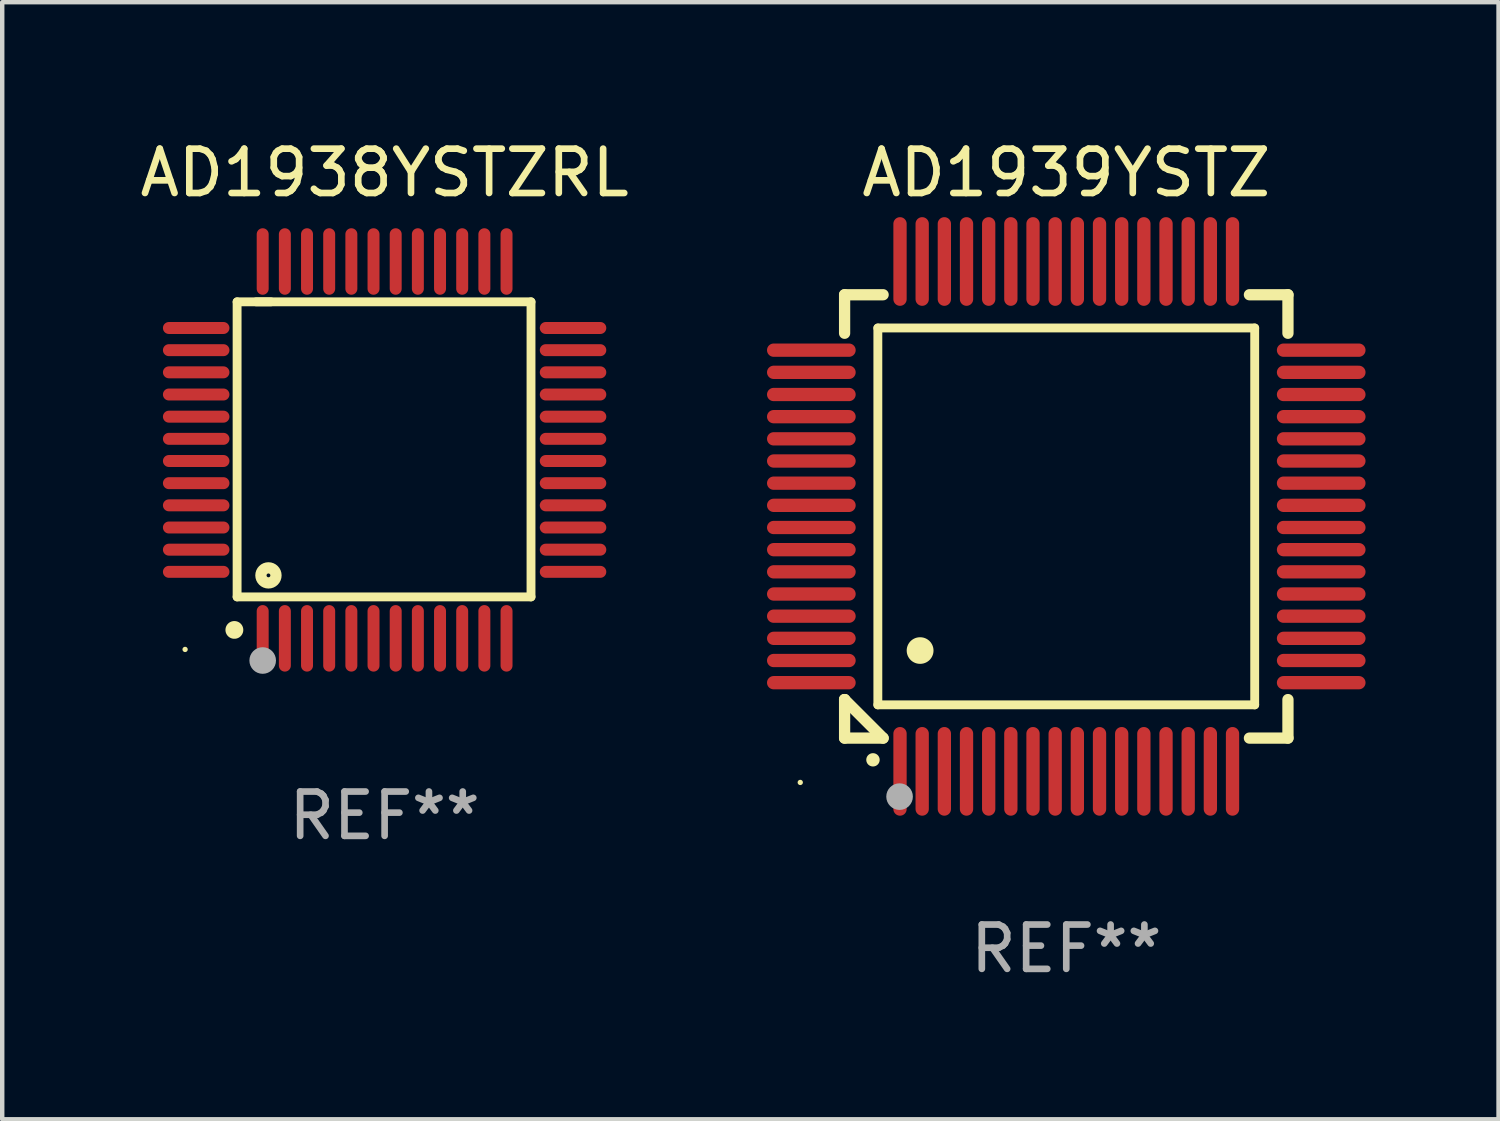
<source format=kicad_pcb>
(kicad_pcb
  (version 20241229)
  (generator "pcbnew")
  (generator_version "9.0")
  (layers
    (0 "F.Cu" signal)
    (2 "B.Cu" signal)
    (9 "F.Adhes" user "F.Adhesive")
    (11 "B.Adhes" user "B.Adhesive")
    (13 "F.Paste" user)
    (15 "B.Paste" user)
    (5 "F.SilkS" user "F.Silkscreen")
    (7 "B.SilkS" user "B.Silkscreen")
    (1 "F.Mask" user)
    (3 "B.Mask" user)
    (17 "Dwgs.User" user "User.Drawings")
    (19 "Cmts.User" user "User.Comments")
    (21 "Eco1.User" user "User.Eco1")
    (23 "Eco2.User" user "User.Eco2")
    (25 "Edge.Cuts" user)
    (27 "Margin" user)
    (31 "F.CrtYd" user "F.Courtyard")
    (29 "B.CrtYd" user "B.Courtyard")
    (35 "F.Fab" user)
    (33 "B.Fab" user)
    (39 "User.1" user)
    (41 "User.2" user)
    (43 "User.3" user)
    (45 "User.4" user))
  (footprint "AD1938YSTZRL"
    (layer "F.Cu")
    (at 5.625 7.098)
    (property "Reference" "AD1938YSTZRL" (at 0 -6.25 0) (layer "F.SilkS") (effects (font (size 1 1) (thickness 0.15))))
    (attr through_hole)
    (fp_line (start -3.327 -3.34) (end -2.565 -3.34) (stroke (width 0.2) (type solid)) (layer "F.SilkS"))
    (fp_line (start -3.327 3.315) (end -3.327 -3.34) (stroke (width 0.2) (type solid)) (layer "F.SilkS"))
    (fp_line (start -2.896 -3.34) (end 3.302 -3.34) (stroke (width 0.2) (type solid)) (layer "F.SilkS"))
    (fp_line (start 3.302 -3.34) (end 3.302 3.315) (stroke (width 0.2) (type solid)) (layer "F.SilkS"))
    (fp_line (start 3.302 3.315) (end -3.327 3.315) (stroke (width 0.2) (type solid)) (layer "F.SilkS"))
    (fp_arc (start -3.389992 4.059995) (mid -3.388722 4.059991) (end -3.387452 4.059995) (stroke (width 0.4) (type solid)) (layer "F.SilkS"))
    (fp_circle (center -4.5 4.5) (end -4.47 4.5) (stroke (width 0.06) (type solid)) (fill no) (layer "F.SilkS"))
    (fp_circle (center -2.62 2.83) (end -2.45 2.83) (stroke (width 0.254) (type solid)) (fill no) (layer "F.SilkS"))
    (fp_circle (center -2.75 4.75) (end -2.6 4.75) (stroke (width 0.3) (type solid)) (fill no) (layer "F.Fab"))
    (fp_text user "REF**" (at 0 8.25 0) (layer "F.Fab") (effects (font (size 1 1) (thickness 0.15))))
    (pad "1" smd oval (at -2.75 4.25) (size 0.27 1.5) (layers "F.Cu" "F.Mask" "F.Paste"))
    (pad "2" smd oval (at -2.25 4.25) (size 0.27 1.5) (layers "F.Cu" "F.Mask" "F.Paste"))
    (pad "3" smd oval (at -1.75 4.25) (size 0.27 1.5) (layers "F.Cu" "F.Mask" "F.Paste"))
    (pad "4" smd oval (at -1.25 4.25) (size 0.27 1.5) (layers "F.Cu" "F.Mask" "F.Paste"))
    (pad "5" smd oval (at -0.75 4.25) (size 0.27 1.5) (layers "F.Cu" "F.Mask" "F.Paste"))
    (pad "6" smd oval (at -0.25 4.25) (size 0.27 1.5) (layers "F.Cu" "F.Mask" "F.Paste"))
    (pad "7" smd oval (at 0.25 4.25) (size 0.27 1.5) (layers "F.Cu" "F.Mask" "F.Paste"))
    (pad "8" smd oval (at 0.75 4.25) (size 0.27 1.5) (layers "F.Cu" "F.Mask" "F.Paste"))
    (pad "9" smd oval (at 1.25 4.25) (size 0.27 1.5) (layers "F.Cu" "F.Mask" "F.Paste"))
    (pad "10" smd oval (at 1.75 4.25) (size 0.27 1.5) (layers "F.Cu" "F.Mask" "F.Paste"))
    (pad "11" smd oval (at 2.25 4.25) (size 0.27 1.5) (layers "F.Cu" "F.Mask" "F.Paste"))
    (pad "12" smd oval (at 2.75 4.25) (size 0.27 1.5) (layers "F.Cu" "F.Mask" "F.Paste"))
    (pad "13" smd oval (at 4.25 2.75) (size 1.5 0.27) (layers "F.Cu" "F.Mask" "F.Paste"))
    (pad "14" smd oval (at 4.25 2.25) (size 1.5 0.27) (layers "F.Cu" "F.Mask" "F.Paste"))
    (pad "15" smd oval (at 4.25 1.75) (size 1.5 0.27) (layers "F.Cu" "F.Mask" "F.Paste"))
    (pad "16" smd oval (at 4.25 1.25) (size 1.5 0.27) (layers "F.Cu" "F.Mask" "F.Paste"))
    (pad "17" smd oval (at 4.25 0.75) (size 1.5 0.27) (layers "F.Cu" "F.Mask" "F.Paste"))
    (pad "18" smd oval (at 4.25 0.25) (size 1.5 0.27) (layers "F.Cu" "F.Mask" "F.Paste"))
    (pad "19" smd oval (at 4.25 -0.25) (size 1.5 0.27) (layers "F.Cu" "F.Mask" "F.Paste"))
    (pad "20" smd oval (at 4.25 -0.75) (size 1.5 0.27) (layers "F.Cu" "F.Mask" "F.Paste"))
    (pad "21" smd oval (at 4.25 -1.25) (size 1.5 0.27) (layers "F.Cu" "F.Mask" "F.Paste"))
    (pad "22" smd oval (at 4.25 -1.75) (size 1.5 0.27) (layers "F.Cu" "F.Mask" "F.Paste"))
    (pad "23" smd oval (at 4.25 -2.25) (size 1.5 0.27) (layers "F.Cu" "F.Mask" "F.Paste"))
    (pad "24" smd oval (at 4.25 -2.75) (size 1.5 0.27) (layers "F.Cu" "F.Mask" "F.Paste"))
    (pad "25" smd oval (at 2.75 -4.25) (size 0.27 1.5) (layers "F.Cu" "F.Mask" "F.Paste"))
    (pad "26" smd oval (at 2.25 -4.25) (size 0.27 1.5) (layers "F.Cu" "F.Mask" "F.Paste"))
    (pad "27" smd oval (at 1.75 -4.25) (size 0.27 1.5) (layers "F.Cu" "F.Mask" "F.Paste"))
    (pad "28" smd oval (at 1.25 -4.25) (size 0.27 1.5) (layers "F.Cu" "F.Mask" "F.Paste"))
    (pad "29" smd oval (at 0.75 -4.25) (size 0.27 1.5) (layers "F.Cu" "F.Mask" "F.Paste"))
    (pad "30" smd oval (at 0.25 -4.25) (size 0.27 1.5) (layers "F.Cu" "F.Mask" "F.Paste"))
    (pad "31" smd oval (at -0.25 -4.25) (size 0.27 1.5) (layers "F.Cu" "F.Mask" "F.Paste"))
    (pad "32" smd oval (at -0.75 -4.25) (size 0.27 1.5) (layers "F.Cu" "F.Mask" "F.Paste"))
    (pad "33" smd oval (at -1.25 -4.25) (size 0.27 1.5) (layers "F.Cu" "F.Mask" "F.Paste"))
    (pad "34" smd oval (at -1.75 -4.25) (size 0.27 1.5) (layers "F.Cu" "F.Mask" "F.Paste"))
    (pad "35" smd oval (at -2.25 -4.25) (size 0.27 1.5) (layers "F.Cu" "F.Mask" "F.Paste"))
    (pad "36" smd oval (at -2.75 -4.25) (size 0.27 1.5) (layers "F.Cu" "F.Mask" "F.Paste"))
    (pad "37" smd oval (at -4.25 -2.75) (size 1.5 0.27) (layers "F.Cu" "F.Mask" "F.Paste"))
    (pad "38" smd oval (at -4.25 -2.25) (size 1.5 0.27) (layers "F.Cu" "F.Mask" "F.Paste"))
    (pad "39" smd oval (at -4.25 -1.75) (size 1.5 0.27) (layers "F.Cu" "F.Mask" "F.Paste"))
    (pad "40" smd oval (at -4.25 -1.25) (size 1.5 0.27) (layers "F.Cu" "F.Mask" "F.Paste"))
    (pad "41" smd oval (at -4.25 -0.75) (size 1.5 0.27) (layers "F.Cu" "F.Mask" "F.Paste"))
    (pad "42" smd oval (at -4.25 -0.25) (size 1.5 0.27) (layers "F.Cu" "F.Mask" "F.Paste"))
    (pad "43" smd oval (at -4.25 0.25) (size 1.5 0.27) (layers "F.Cu" "F.Mask" "F.Paste"))
    (pad "44" smd oval (at -4.25 0.75) (size 1.5 0.27) (layers "F.Cu" "F.Mask" "F.Paste"))
    (pad "45" smd oval (at -4.25 1.25) (size 1.5 0.27) (layers "F.Cu" "F.Mask" "F.Paste"))
    (pad "46" smd oval (at -4.25 1.75) (size 1.5 0.27) (layers "F.Cu" "F.Mask" "F.Paste"))
    (pad "47" smd oval (at -4.25 2.25) (size 1.5 0.27) (layers "F.Cu" "F.Mask" "F.Paste"))
    (pad "48" smd oval (at -4.25 2.75) (size 1.5 0.27) (layers "F.Cu" "F.Mask" "F.Paste")))
  (footprint "AD1939YSTZ"
    (layer "F.Cu")
    (at 21 8.598)
    (property "Reference" "AD1939YSTZ" (at 0 -7.75 0) (layer "F.SilkS") (effects (font (size 1 1) (thickness 0.15))))
    (attr through_hole)
    (fp_line (start -5 -5) (end -4.131 -5) (stroke (width 0.254) (type solid)) (layer "F.SilkS"))
    (fp_line (start -5 -4.131) (end -5 -5) (stroke (width 0.254) (type solid)) (layer "F.SilkS"))
    (fp_line (start -5 4.131) (end -5 4.131) (stroke (width 0.254) (type solid)) (layer "F.SilkS"))
    (fp_line (start -5 5) (end -5 4.131) (stroke (width 0.254) (type solid)) (layer "F.SilkS"))
    (fp_line (start -5 4.131) (end -4.131 5) (stroke (width 0.254) (type solid)) (layer "F.SilkS"))
    (fp_line (start -4.25 -4.25) (end -4.25 4.25) (stroke (width 0.2) (type solid)) (layer "F.SilkS"))
    (fp_line (start -4.25 4.25) (end 4.25 4.25) (stroke (width 0.2) (type solid)) (layer "F.SilkS"))
    (fp_line (start -4.131 5) (end -5 5) (stroke (width 0.254) (type solid)) (layer "F.SilkS"))
    (fp_line (start 4.25 -4.25) (end -4.25 -4.25) (stroke (width 0.2) (type solid)) (layer "F.SilkS"))
    (fp_line (start 4.25 4.25) (end 4.25 -4.25) (stroke (width 0.2) (type solid)) (layer "F.SilkS"))
    (fp_line (start 5 -5) (end 4.131 -5) (stroke (width 0.254) (type solid)) (layer "F.SilkS"))
    (fp_line (start 5 -5) (end 5 -4.131) (stroke (width 0.254) (type solid)) (layer "F.SilkS"))
    (fp_line (start 5 4.131) (end 5 5) (stroke (width 0.254) (type solid)) (layer "F.SilkS"))
    (fp_line (start 5 5) (end 4.131 5) (stroke (width 0.254) (type solid)) (layer "F.SilkS"))
    (fp_arc (start -4.361265 5.489992) (mid -4.359995 5.489987) (end -4.358725 5.489992) (stroke (width 0.3) (type solid)) (layer "F.SilkS"))
    (fp_arc (start -3.299467 3.025146) (mid -3.296927 3.025135) (end -3.294387 3.025146) (stroke (width 0.6) (type solid)) (layer "F.SilkS"))
    (fp_circle (center -6 6) (end -5.97 6) (stroke (width 0.06) (type solid)) (fill no) (layer "F.SilkS"))
    (fp_circle (center -3.76 6.32) (end -3.61 6.32) (stroke (width 0.3) (type solid)) (fill no) (layer "F.Fab"))
    (fp_text user "REF**" (at 0 9.75 0) (layer "F.Fab") (effects (font (size 1 1) (thickness 0.15))))
    (pad "1" smd oval (at -3.75 5.75) (size 0.3 2) (layers "F.Cu" "F.Mask" "F.Paste"))
    (pad "2" smd oval (at -3.25 5.75) (size 0.3 2) (layers "F.Cu" "F.Mask" "F.Paste"))
    (pad "3" smd oval (at -2.75 5.75) (size 0.3 2) (layers "F.Cu" "F.Mask" "F.Paste"))
    (pad "4" smd oval (at -2.25 5.75) (size 0.3 2) (layers "F.Cu" "F.Mask" "F.Paste"))
    (pad "5" smd oval (at -1.75 5.75) (size 0.3 2) (layers "F.Cu" "F.Mask" "F.Paste"))
    (pad "6" smd oval (at -1.25 5.75) (size 0.3 2) (layers "F.Cu" "F.Mask" "F.Paste"))
    (pad "7" smd oval (at -0.75 5.75) (size 0.3 2) (layers "F.Cu" "F.Mask" "F.Paste"))
    (pad "8" smd oval (at -0.25 5.75) (size 0.3 2) (layers "F.Cu" "F.Mask" "F.Paste"))
    (pad "9" smd oval (at 0.25 5.75) (size 0.3 2) (layers "F.Cu" "F.Mask" "F.Paste"))
    (pad "10" smd oval (at 0.75 5.75) (size 0.3 2) (layers "F.Cu" "F.Mask" "F.Paste"))
    (pad "11" smd oval (at 1.25 5.75) (size 0.3 2) (layers "F.Cu" "F.Mask" "F.Paste"))
    (pad "12" smd oval (at 1.75 5.75) (size 0.3 2) (layers "F.Cu" "F.Mask" "F.Paste"))
    (pad "13" smd oval (at 2.25 5.75) (size 0.3 2) (layers "F.Cu" "F.Mask" "F.Paste"))
    (pad "14" smd oval (at 2.75 5.75) (size 0.3 2) (layers "F.Cu" "F.Mask" "F.Paste"))
    (pad "15" smd oval (at 3.25 5.75) (size 0.3 2) (layers "F.Cu" "F.Mask" "F.Paste"))
    (pad "16" smd oval (at 3.75 5.75) (size 0.3 2) (layers "F.Cu" "F.Mask" "F.Paste"))
    (pad "17" smd oval (at 5.75 3.75) (size 2 0.3) (layers "F.Cu" "F.Mask" "F.Paste"))
    (pad "18" smd oval (at 5.75 3.25) (size 2 0.3) (layers "F.Cu" "F.Mask" "F.Paste"))
    (pad "19" smd oval (at 5.75 2.75) (size 2 0.3) (layers "F.Cu" "F.Mask" "F.Paste"))
    (pad "20" smd oval (at 5.75 2.25) (size 2 0.3) (layers "F.Cu" "F.Mask" "F.Paste"))
    (pad "21" smd oval (at 5.75 1.75) (size 2 0.3) (layers "F.Cu" "F.Mask" "F.Paste"))
    (pad "22" smd oval (at 5.75 1.25) (size 2 0.3) (layers "F.Cu" "F.Mask" "F.Paste"))
    (pad "23" smd oval (at 5.75 0.75) (size 2 0.3) (layers "F.Cu" "F.Mask" "F.Paste"))
    (pad "24" smd oval (at 5.75 0.25) (size 2 0.3) (layers "F.Cu" "F.Mask" "F.Paste"))
    (pad "25" smd oval (at 5.75 -0.25) (size 2 0.3) (layers "F.Cu" "F.Mask" "F.Paste"))
    (pad "26" smd oval (at 5.75 -0.75) (size 2 0.3) (layers "F.Cu" "F.Mask" "F.Paste"))
    (pad "27" smd oval (at 5.75 -1.25) (size 2 0.3) (layers "F.Cu" "F.Mask" "F.Paste"))
    (pad "28" smd oval (at 5.75 -1.75) (size 2 0.3) (layers "F.Cu" "F.Mask" "F.Paste"))
    (pad "29" smd oval (at 5.75 -2.25) (size 2 0.3) (layers "F.Cu" "F.Mask" "F.Paste"))
    (pad "30" smd oval (at 5.75 -2.75) (size 2 0.3) (layers "F.Cu" "F.Mask" "F.Paste"))
    (pad "31" smd oval (at 5.75 -3.25) (size 2 0.3) (layers "F.Cu" "F.Mask" "F.Paste"))
    (pad "32" smd oval (at 5.75 -3.75) (size 2 0.3) (layers "F.Cu" "F.Mask" "F.Paste"))
    (pad "33" smd oval (at 3.75 -5.75) (size 0.3 2) (layers "F.Cu" "F.Mask" "F.Paste"))
    (pad "34" smd oval (at 3.25 -5.75) (size 0.3 2) (layers "F.Cu" "F.Mask" "F.Paste"))
    (pad "35" smd oval (at 2.75 -5.75) (size 0.3 2) (layers "F.Cu" "F.Mask" "F.Paste"))
    (pad "36" smd oval (at 2.25 -5.75) (size 0.3 2) (layers "F.Cu" "F.Mask" "F.Paste"))
    (pad "37" smd oval (at 1.75 -5.75) (size 0.3 2) (layers "F.Cu" "F.Mask" "F.Paste"))
    (pad "38" smd oval (at 1.25 -5.75) (size 0.3 2) (layers "F.Cu" "F.Mask" "F.Paste"))
    (pad "39" smd oval (at 0.75 -5.75) (size 0.3 2) (layers "F.Cu" "F.Mask" "F.Paste"))
    (pad "40" smd oval (at 0.25 -5.75) (size 0.3 2) (layers "F.Cu" "F.Mask" "F.Paste"))
    (pad "41" smd oval (at -0.25 -5.75) (size 0.3 2) (layers "F.Cu" "F.Mask" "F.Paste"))
    (pad "42" smd oval (at -0.75 -5.75) (size 0.3 2) (layers "F.Cu" "F.Mask" "F.Paste"))
    (pad "43" smd oval (at -1.25 -5.75) (size 0.3 2) (layers "F.Cu" "F.Mask" "F.Paste"))
    (pad "44" smd oval (at -1.75 -5.75) (size 0.3 2) (layers "F.Cu" "F.Mask" "F.Paste"))
    (pad "45" smd oval (at -2.25 -5.75) (size 0.3 2) (layers "F.Cu" "F.Mask" "F.Paste"))
    (pad "46" smd oval (at -2.75 -5.75) (size 0.3 2) (layers "F.Cu" "F.Mask" "F.Paste"))
    (pad "47" smd oval (at -3.25 -5.75) (size 0.3 2) (layers "F.Cu" "F.Mask" "F.Paste"))
    (pad "48" smd oval (at -3.75 -5.75) (size 0.3 2) (layers "F.Cu" "F.Mask" "F.Paste"))
    (pad "49" smd oval (at -5.75 -3.75) (size 2 0.3) (layers "F.Cu" "F.Mask" "F.Paste"))
    (pad "50" smd oval (at -5.75 -3.25) (size 2 0.3) (layers "F.Cu" "F.Mask" "F.Paste"))
    (pad "51" smd oval (at -5.75 -2.75) (size 2 0.3) (layers "F.Cu" "F.Mask" "F.Paste"))
    (pad "52" smd oval (at -5.75 -2.25) (size 2 0.3) (layers "F.Cu" "F.Mask" "F.Paste"))
    (pad "53" smd oval (at -5.75 -1.75) (size 2 0.3) (layers "F.Cu" "F.Mask" "F.Paste"))
    (pad "54" smd oval (at -5.75 -1.25) (size 2 0.3) (layers "F.Cu" "F.Mask" "F.Paste"))
    (pad "55" smd oval (at -5.75 -0.75) (size 2 0.3) (layers "F.Cu" "F.Mask" "F.Paste"))
    (pad "56" smd oval (at -5.75 -0.25) (size 2 0.3) (layers "F.Cu" "F.Mask" "F.Paste"))
    (pad "57" smd oval (at -5.75 0.25) (size 2 0.3) (layers "F.Cu" "F.Mask" "F.Paste"))
    (pad "58" smd oval (at -5.75 0.75) (size 2 0.3) (layers "F.Cu" "F.Mask" "F.Paste"))
    (pad "59" smd oval (at -5.75 1.25) (size 2 0.3) (layers "F.Cu" "F.Mask" "F.Paste"))
    (pad "60" smd oval (at -5.75 1.75) (size 2 0.3) (layers "F.Cu" "F.Mask" "F.Paste"))
    (pad "61" smd oval (at -5.75 2.25) (size 2 0.3) (layers "F.Cu" "F.Mask" "F.Paste"))
    (pad "62" smd oval (at -5.75 2.75) (size 2 0.3) (layers "F.Cu" "F.Mask" "F.Paste"))
    (pad "63" smd oval (at -5.75 3.25) (size 2 0.3) (layers "F.Cu" "F.Mask" "F.Paste"))
    (pad "64" smd oval (at -5.75 3.75) (size 2 0.3) (layers "F.Cu" "F.Mask" "F.Paste")))
  (gr_rect
    (start -3 -3)
    (end 30.75 22.196)
    (stroke (width 0.1) (type default))
    (fill no)
    (layer "Edge.Cuts")))
</source>
